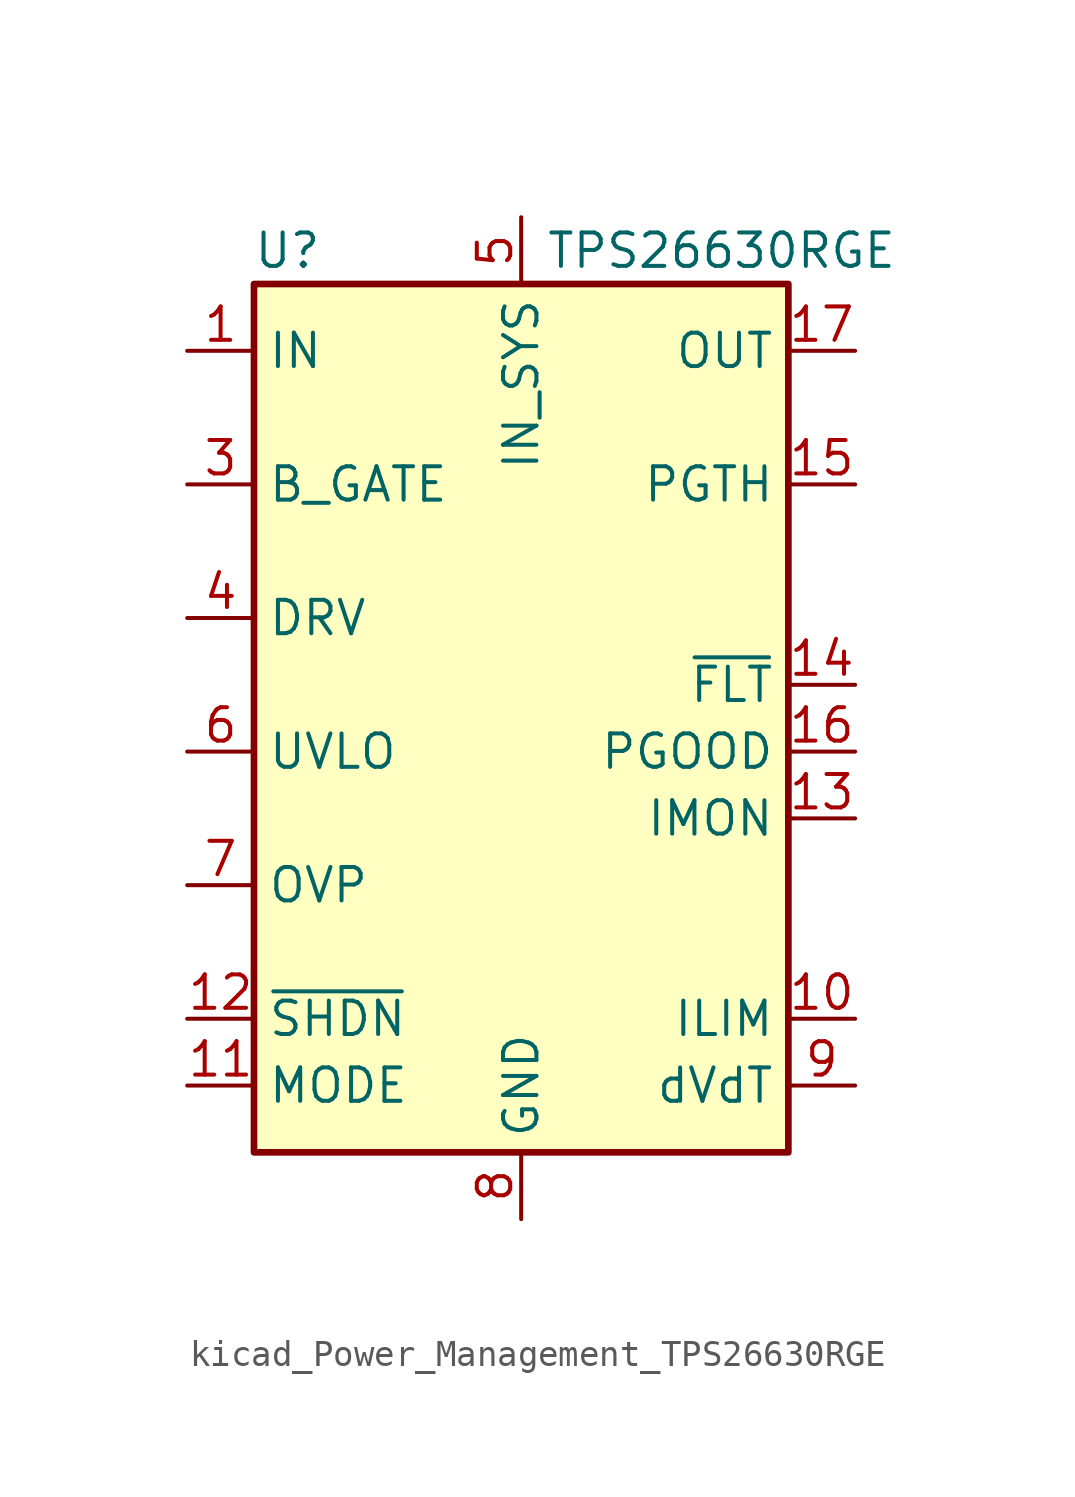
<source format=kicad_sym>
(kicad_symbol_lib
  (version 20220914)
  (generator kicad_symbol_editor)
  (symbol "kicad_Power_Management_TPS26630RGE"
    (property "Reference" "U"
      (at -8.89 16.51 0)
      (effects (font (size 1.27 1.27))))
    (property "Value" "TPS26630RGE"
      (at 7.62 16.51 0)
      (effects (font (size 1.27 1.27))))
    (symbol "kicad_Power_Management_TPS26630RGE_0_1"
      (rectangle (start -10.16 15.24) (end 10.16 -17.78) (stroke (width 0.254) (type default)) (fill (type background))))
    (symbol "kicad_Power_Management_TPS26630RGE_1_1"
      (pin power_in line (at -12.7 12.7 0) (length 2.54) (name "IN" (effects (font (size 1.27 1.27)))) (number "1" (effects (font (size 1.27 1.27)))))
      (pin passive line (at 12.7 -12.7 180) (length 2.54) (name "ILIM" (effects (font (size 1.27 1.27)))) (number "10" (effects (font (size 1.27 1.27)))))
      (pin input line (at -12.7 -15.24 0) (length 2.54) (name "MODE" (effects (font (size 1.27 1.27)))) (number "11" (effects (font (size 1.27 1.27)))))
      (pin input line (at -12.7 -12.7 0) (length 2.54) (name "~{SHDN}" (effects (font (size 1.27 1.27)))) (number "12" (effects (font (size 1.27 1.27)))))
      (pin output line (at 12.7 -5.08 180) (length 2.54) (name "IMON" (effects (font (size 1.27 1.27)))) (number "13" (effects (font (size 1.27 1.27)))))
      (pin open_collector line (at 12.7 0 180) (length 2.54) (name "~{FLT}" (effects (font (size 1.27 1.27)))) (number "14" (effects (font (size 1.27 1.27)))))
      (pin input line (at 12.7 7.62 180) (length 2.54) (name "PGTH" (effects (font (size 1.27 1.27)))) (number "15" (effects (font (size 1.27 1.27)))))
      (pin output line (at 12.7 -2.54 180) (length 2.54) (name "PGOOD" (effects (font (size 1.27 1.27)))) (number "16" (effects (font (size 1.27 1.27)))))
      (pin power_out line (at 12.7 12.7 180) (length 2.54) (name "OUT" (effects (font (size 1.27 1.27)))) (number "17" (effects (font (size 1.27 1.27)))))
      (pin passive line (at 12.7 12.7 180) (length 2.54) hide (name "OUT" (effects (font (size 1.27 1.27)))) (number "18" (effects (font (size 1.27 1.27)))))
      (pin no_connect line (at -10.16 10.16 0) (length 2.54) hide (name "NC" (effects (font (size 1.27 1.27)))) (number "19" (effects (font (size 1.27 1.27)))))
      (pin passive line (at -12.7 12.7 0) (length 2.54) hide (name "IN" (effects (font (size 1.27 1.27)))) (number "2" (effects (font (size 1.27 1.27)))))
      (pin no_connect line (at -10.16 5.08 0) (length 2.54) hide (name "NC" (effects (font (size 1.27 1.27)))) (number "20" (effects (font (size 1.27 1.27)))))
      (pin no_connect line (at -10.16 0 0) (length 2.54) hide (name "NC" (effects (font (size 1.27 1.27)))) (number "21" (effects (font (size 1.27 1.27)))))
      (pin no_connect line (at 10.16 10.16 180) (length 2.54) hide (name "NC" (effects (font (size 1.27 1.27)))) (number "22" (effects (font (size 1.27 1.27)))))
      (pin no_connect line (at 10.16 5.08 180) (length 2.54) hide (name "NC" (effects (font (size 1.27 1.27)))) (number "23" (effects (font (size 1.27 1.27)))))
      (pin no_connect line (at 10.16 2.54 180) (length 2.54) hide (name "NC" (effects (font (size 1.27 1.27)))) (number "24" (effects (font (size 1.27 1.27)))))
      (pin passive line (at 0 -20.32 90) (length 2.54) hide (name "GND" (effects (font (size 1.27 1.27)))) (number "25" (effects (font (size 1.27 1.27)))))
      (pin output line (at -12.7 7.62 0) (length 2.54) (name "B_GATE" (effects (font (size 1.27 1.27)))) (number "3" (effects (font (size 1.27 1.27)))))
      (pin output line (at -12.7 2.54 0) (length 2.54) (name "DRV" (effects (font (size 1.27 1.27)))) (number "4" (effects (font (size 1.27 1.27)))))
      (pin power_in line (at 0 17.78 270) (length 2.54) (name "IN_SYS" (effects (font (size 1.27 1.27)))) (number "5" (effects (font (size 1.27 1.27)))))
      (pin input line (at -12.7 -2.54 0) (length 2.54) (name "UVLO" (effects (font (size 1.27 1.27)))) (number "6" (effects (font (size 1.27 1.27)))))
      (pin input line (at -12.7 -7.62 0) (length 2.54) (name "OVP" (effects (font (size 1.27 1.27)))) (number "7" (effects (font (size 1.27 1.27)))))
      (pin power_in line (at 0 -20.32 90) (length 2.54) (name "GND" (effects (font (size 1.27 1.27)))) (number "8" (effects (font (size 1.27 1.27)))))
      (pin passive line (at 12.7 -15.24 180) (length 2.54) (name "dVdT" (effects (font (size 1.27 1.27)))) (number "9" (effects (font (size 1.27 1.27))))))))
</source>
